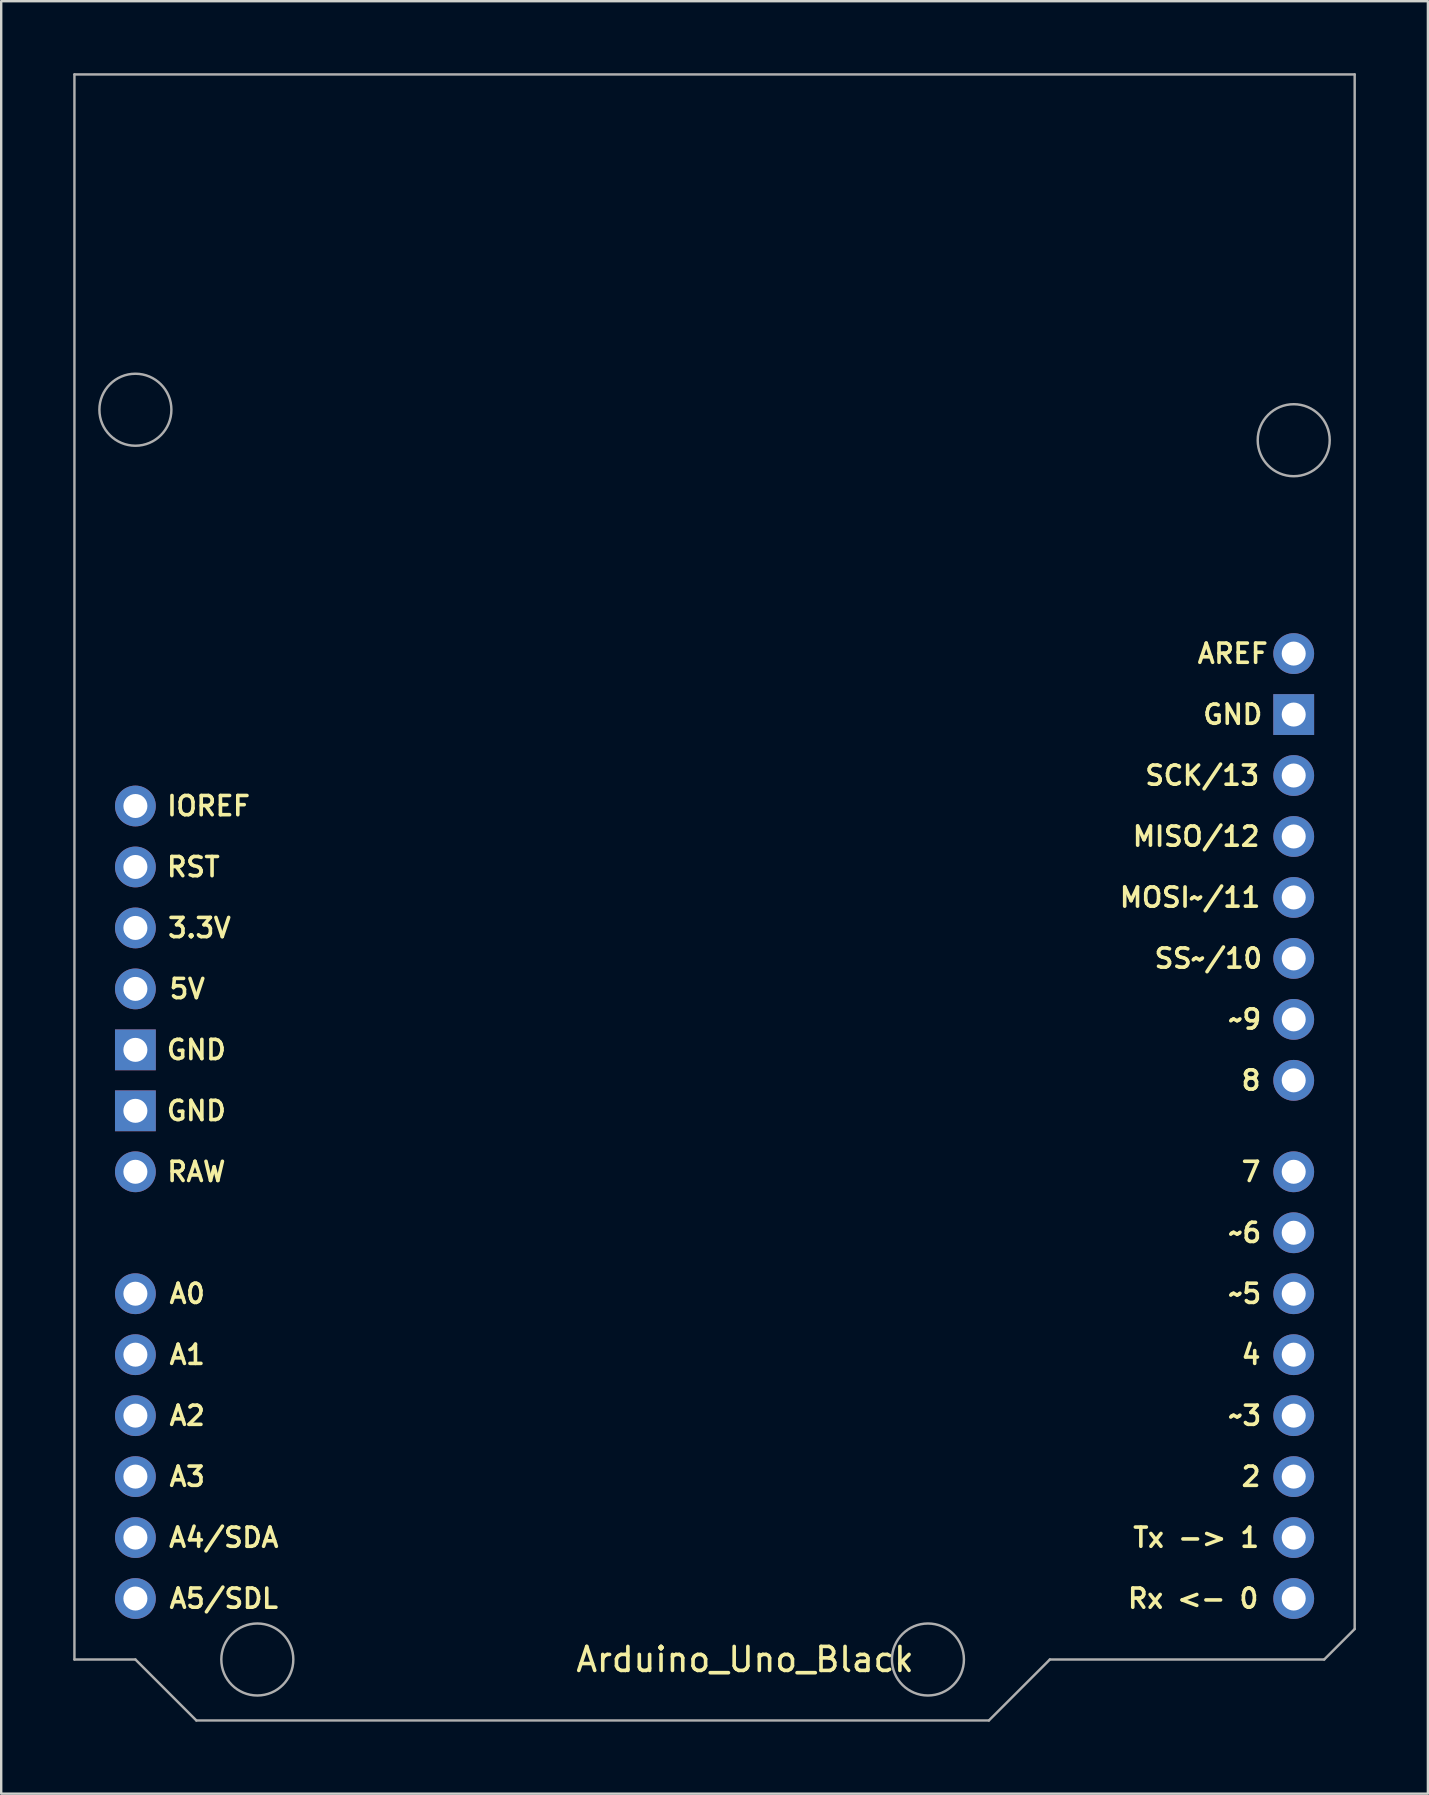
<source format=kicad_pcb>
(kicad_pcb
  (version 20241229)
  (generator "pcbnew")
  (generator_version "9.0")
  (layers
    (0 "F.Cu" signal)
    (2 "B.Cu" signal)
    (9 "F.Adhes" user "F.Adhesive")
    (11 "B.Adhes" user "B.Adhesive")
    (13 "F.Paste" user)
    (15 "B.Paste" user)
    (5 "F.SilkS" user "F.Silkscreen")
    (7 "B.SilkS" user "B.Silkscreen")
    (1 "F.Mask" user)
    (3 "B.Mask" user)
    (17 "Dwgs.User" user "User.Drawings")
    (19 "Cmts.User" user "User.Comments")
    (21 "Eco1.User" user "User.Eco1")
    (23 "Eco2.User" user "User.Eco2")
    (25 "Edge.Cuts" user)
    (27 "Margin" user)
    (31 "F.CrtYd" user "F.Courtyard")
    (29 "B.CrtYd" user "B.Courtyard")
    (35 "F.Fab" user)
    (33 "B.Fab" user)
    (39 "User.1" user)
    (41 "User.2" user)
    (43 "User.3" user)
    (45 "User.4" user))
  (footprint "Arduino_Uno_Black"
    (layer "F.Cu")
    (at 27.991 33.071)
    (property "Reference" "Arduino_Uno_Black" (at 0 33.02 0) (layer "F.SilkS") (effects (font (size 1 1) (thickness 0.15))))
    (attr through_hole)
    (fp_line (start -27.94 -33.02) (end -27.94 33.02) (stroke (width 0.102) (type solid)) (layer "F.Fab"))
    (fp_line (start -27.94 33.02) (end -25.4 33.02) (stroke (width 0.102) (type solid)) (layer "F.Fab"))
    (fp_line (start -25.4 33.02) (end -22.86 35.56) (stroke (width 0.102) (type solid)) (layer "F.Fab"))
    (fp_line (start -22.86 35.56) (end 10.16 35.56) (stroke (width 0.102) (type solid)) (layer "F.Fab"))
    (fp_line (start 10.16 35.56) (end 12.7 33.02) (stroke (width 0.102) (type solid)) (layer "F.Fab"))
    (fp_line (start 12.7 33.02) (end 24.13 33.02) (stroke (width 0.102) (type solid)) (layer "F.Fab"))
    (fp_line (start 24.13 33.02) (end 25.4 31.75) (stroke (width 0.102) (type solid)) (layer "F.Fab"))
    (fp_line (start 25.4 -33.02) (end -27.94 -33.02) (stroke (width 0.102) (type solid)) (layer "F.Fab"))
    (fp_line (start 25.4 31.75) (end 25.4 -33.02) (stroke (width 0.102) (type solid)) (layer "F.Fab"))
    (fp_circle (center -25.4 -19.05) (end -25.4 -17.55) (stroke (width 0.102) (type solid)) (fill no) (layer "F.Fab"))
    (fp_circle (center -20.32 33.02) (end -20.32 34.52) (stroke (width 0.102) (type solid)) (fill no) (layer "F.Fab"))
    (fp_circle (center 7.62 33.02) (end 7.62 34.52) (stroke (width 0.102) (type solid)) (fill no) (layer "F.Fab"))
    (fp_circle (center 22.86 -17.78) (end 22.86 -16.28) (stroke (width 0.102) (type solid)) (fill no) (layer "F.Fab"))
    (fp_text user "RST" (at -22.987 0 0) (layer "F.SilkS") (effects (font (size 0.8 0.8) (thickness 0.15))))
    (fp_text user "A2" (at -23.241 22.86 0) (layer "F.SilkS") (effects (font (size 0.8 0.8) (thickness 0.15))))
    (fp_text user "~9" (at 20.828 6.35 0) (layer "F.SilkS") (effects (font (size 0.8 0.8) (thickness 0.15))))
    (fp_text user "~5" (at 20.828 17.78 0) (layer "F.SilkS") (effects (font (size 0.8 0.8) (thickness 0.15))))
    (fp_text user "AREF" (at 20.32 -8.89 0) (layer "F.SilkS") (effects (font (size 0.8 0.8) (thickness 0.15))))
    (fp_text user "GND" (at 20.32 -6.35 0) (layer "F.SilkS") (effects (font (size 0.8 0.8) (thickness 0.15))))
    (fp_text user "SS~/10" (at 19.304 3.81 0) (layer "F.SilkS") (effects (font (size 0.8 0.8) (thickness 0.15))))
    (fp_text user "3.3V" (at -22.733 2.54 0) (layer "F.SilkS") (effects (font (size 0.8 0.8) (thickness 0.15))))
    (fp_text user "A1" (at -23.241 20.32 0) (layer "F.SilkS") (effects (font (size 0.8 0.8) (thickness 0.15))))
    (fp_text user "A3" (at -23.241 25.4 0) (layer "F.SilkS") (effects (font (size 0.8 0.8) (thickness 0.15))))
    (fp_text user "SCK/13" (at 19.05 -3.81 0) (layer "F.SilkS") (effects (font (size 0.8 0.8) (thickness 0.15))))
    (fp_text user "IOREF" (at -22.352 -2.54 0) (layer "F.SilkS") (effects (font (size 0.8 0.8) (thickness 0.15))))
    (fp_text user "5V" (at -23.241 5.08 0) (layer "F.SilkS") (effects (font (size 0.8 0.8) (thickness 0.15))))
    (fp_text user "2" (at 21.082 25.4 0) (layer "F.SilkS") (effects (font (size 0.8 0.8) (thickness 0.15))))
    (fp_text user "A5/SDL" (at -21.717 30.48 0) (layer "F.SilkS") (effects (font (size 0.8 0.8) (thickness 0.15))))
    (fp_text user "7" (at 21.082 12.7 0) (layer "F.SilkS") (effects (font (size 0.8 0.8) (thickness 0.15))))
    (fp_text user "~6" (at 20.828 15.24 0) (layer "F.SilkS") (effects (font (size 0.8 0.8) (thickness 0.15))))
    (fp_text user "MISO/12" (at 18.796 -1.27 0) (layer "F.SilkS") (effects (font (size 0.8 0.8) (thickness 0.15))))
    (fp_text user "4" (at 21.082 20.32 0) (layer "F.SilkS") (effects (font (size 0.8 0.8) (thickness 0.15))))
    (fp_text user "RAW" (at -22.86 12.7 0) (layer "F.SilkS") (effects (font (size 0.8 0.8) (thickness 0.15))))
    (fp_text user "MOSI~/11" (at 18.542 1.27 0) (layer "F.SilkS") (effects (font (size 0.8 0.8) (thickness 0.15))))
    (fp_text user "A4/SDA" (at -21.717 27.94 0) (layer "F.SilkS") (effects (font (size 0.8 0.8) (thickness 0.15))))
    (fp_text user "GND" (at -22.86 7.62 0) (layer "F.SilkS") (effects (font (size 0.8 0.8) (thickness 0.15))))
    (fp_text user "A0" (at -23.241 17.78 0) (layer "F.SilkS") (effects (font (size 0.8 0.8) (thickness 0.15))))
    (fp_text user "Tx -> 1" (at 18.796 27.94 0) (layer "F.SilkS") (effects (font (size 0.8 0.8) (thickness 0.15))))
    (fp_text user "~3" (at 20.828 22.86 0) (layer "F.SilkS") (effects (font (size 0.8 0.8) (thickness 0.15))))
    (fp_text user "GND" (at -22.86 10.16 0) (layer "F.SilkS") (effects (font (size 0.8 0.8) (thickness 0.15))))
    (fp_text user "Rx <- 0" (at 18.669 30.48 0) (layer "F.SilkS") (effects (font (size 0.8 0.8) (thickness 0.15))))
    (fp_text user "8" (at 21.082 8.89 0) (layer "F.SilkS") (effects (font (size 0.8 0.8) (thickness 0.15))))
    (pad "1" thru_hole circle (at 22.86 22.86 270) (size 1.7 1.7) (drill 1) (layers "*.Cu" "*.Mask"))
    (pad "2" thru_hole circle (at 22.86 20.32 270) (size 1.7 1.7) (drill 1) (layers "*.Cu" "*.Mask"))
    (pad "3" thru_hole rect (at -25.4 7.62 270) (size 1.7 1.7) (drill 1) (layers "*.Cu" "*.Mask"))
    (pad "5" thru_hole rect (at -25.4 10.16 270) (size 1.7 1.7) (drill 1) (layers "*.Cu" "*.Mask"))
    (pad "6" thru_hole circle (at -25.4 5.08 270) (size 1.7 1.7) (drill 1) (layers "*.Cu" "*.Mask"))
    (pad "9" thru_hole circle (at 22.86 17.78 270) (size 1.7 1.7) (drill 1) (layers "*.Cu" "*.Mask"))
    (pad "10" thru_hole circle (at 22.86 15.24 270) (size 1.7 1.7) (drill 1) (layers "*.Cu" "*.Mask"))
    (pad "11" thru_hole circle (at 22.86 12.7 270) (size 1.7 1.7) (drill 1) (layers "*.Cu" "*.Mask"))
    (pad "12" thru_hole circle (at 22.86 8.89 270) (size 1.7 1.7) (drill 1) (layers "*.Cu" "*.Mask"))
    (pad "13" thru_hole circle (at 22.86 6.35 270) (size 1.7 1.7) (drill 1) (layers "*.Cu" "*.Mask"))
    (pad "14" thru_hole circle (at 22.86 3.81 270) (size 1.7 1.7) (drill 1) (layers "*.Cu" "*.Mask"))
    (pad "15" thru_hole circle (at 22.86 1.27 270) (size 1.7 1.7) (drill 1) (layers "*.Cu" "*.Mask"))
    (pad "16" thru_hole circle (at 22.86 -1.27 270) (size 1.7 1.7) (drill 1) (layers "*.Cu" "*.Mask"))
    (pad "17" thru_hole circle (at 22.86 -3.81 270) (size 1.7 1.7) (drill 1) (layers "*.Cu" "*.Mask"))
    (pad "20" thru_hole circle (at 22.86 -8.89 270) (size 1.7 1.7) (drill 1) (layers "*.Cu" "*.Mask"))
    (pad "21" thru_hole rect (at 22.86 -6.35 270) (size 1.7 1.7) (drill 1) (layers "*.Cu" "*.Mask"))
    (pad "23" thru_hole circle (at -25.4 17.78 270) (size 1.7 1.7) (drill 1) (layers "*.Cu" "*.Mask"))
    (pad "24" thru_hole circle (at -25.4 20.32 270) (size 1.7 1.7) (drill 1) (layers "*.Cu" "*.Mask"))
    (pad "25" thru_hole circle (at -25.4 22.86 270) (size 1.7 1.7) (drill 1) (layers "*.Cu" "*.Mask"))
    (pad "26" thru_hole circle (at -25.4 25.4 270) (size 1.7 1.7) (drill 1) (layers "*.Cu" "*.Mask"))
    (pad "27" thru_hole circle (at -25.4 27.94 270) (size 1.7 1.7) (drill 1) (layers "*.Cu" "*.Mask"))
    (pad "28" thru_hole circle (at -25.4 30.48 270) (size 1.7 1.7) (drill 1) (layers "*.Cu" "*.Mask"))
    (pad "29" thru_hole circle (at -25.4 0 270) (size 1.7 1.7) (drill 1) (layers "*.Cu" "*.Mask"))
    (pad "30" thru_hole circle (at 22.86 30.48 270) (size 1.7 1.7) (drill 1) (layers "*.Cu" "*.Mask"))
    (pad "31" thru_hole circle (at 22.86 27.94 270) (size 1.7 1.7) (drill 1) (layers "*.Cu" "*.Mask"))
    (pad "32" thru_hole circle (at 22.86 25.4 270) (size 1.7 1.7) (drill 1) (layers "*.Cu" "*.Mask"))
    (pad "94" thru_hole circle (at -25.4 2.54 270) (size 1.7 1.7) (drill 1) (layers "*.Cu" "*.Mask"))
    (pad "96" thru_hole circle (at -25.4 -2.54 270) (size 1.7 1.7) (drill 1) (layers "*.Cu" "*.Mask"))
    (pad "99" thru_hole circle (at -25.4 12.7 270) (size 1.7 1.7) (drill 1) (layers "*.Cu" "*.Mask")))
  (gr_rect
    (start -3 -3)
    (end 56.442 71.682)
    (stroke (width 0.1) (type default))
    (fill no)
    (layer "Edge.Cuts")))
</source>
